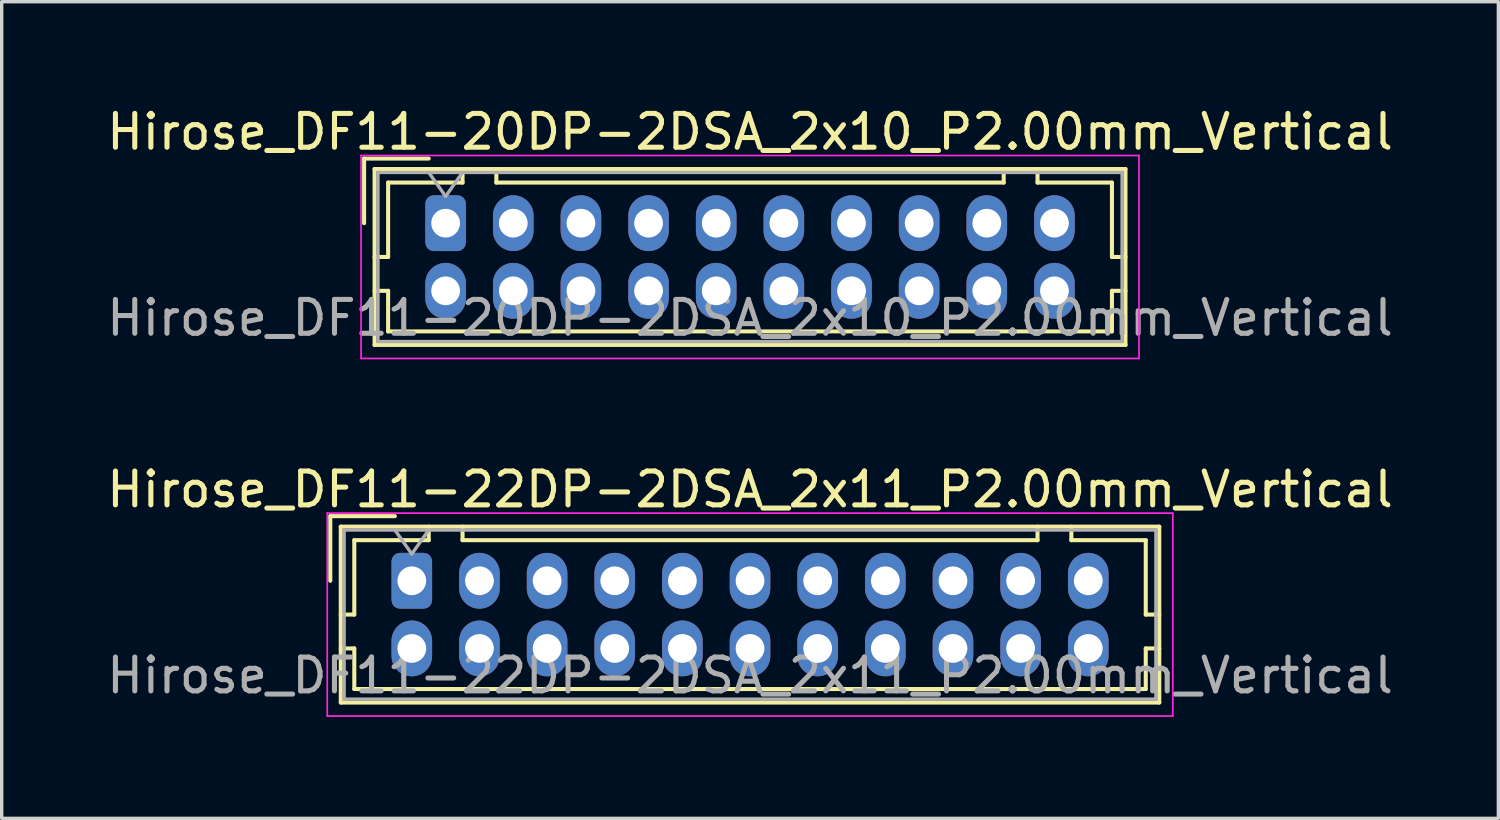
<source format=kicad_pcb>
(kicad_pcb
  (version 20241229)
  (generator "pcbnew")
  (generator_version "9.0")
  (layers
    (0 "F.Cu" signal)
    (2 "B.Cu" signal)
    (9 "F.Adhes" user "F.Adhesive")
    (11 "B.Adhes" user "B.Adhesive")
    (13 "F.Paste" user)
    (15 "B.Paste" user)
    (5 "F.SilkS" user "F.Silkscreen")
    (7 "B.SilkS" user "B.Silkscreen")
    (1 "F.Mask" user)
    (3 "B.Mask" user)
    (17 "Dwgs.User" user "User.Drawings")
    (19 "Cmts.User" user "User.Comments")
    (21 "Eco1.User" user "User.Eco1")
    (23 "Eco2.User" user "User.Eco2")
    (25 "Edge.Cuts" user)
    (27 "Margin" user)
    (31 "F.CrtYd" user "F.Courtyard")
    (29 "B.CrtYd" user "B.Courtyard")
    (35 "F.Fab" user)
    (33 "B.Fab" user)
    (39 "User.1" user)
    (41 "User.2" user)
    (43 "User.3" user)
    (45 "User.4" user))
  (footprint "Hirose_DF11-20DP-2DSA_2x10_P2.00mm_Vertical"
    (layer "F.Cu")
    (at 10.125 3.548)
    (property "Reference" "Hirose_DF11-20DP-2DSA_2x10_P2.00mm_Vertical" (at 9 -2.7 0) (layer "F.SilkS") (effects (font (size 1 1) (thickness 0.15))))
    (attr through_hole)
    (fp_line (start -2.41 -1.91) (end -0.5 -1.91) (stroke (width 0.12) (type solid)) (layer "F.SilkS"))
    (fp_line (start -2.41 0) (end -2.41 -1.91) (stroke (width 0.12) (type solid)) (layer "F.SilkS"))
    (fp_line (start -2.1 -1.6) (end -2.1 3.6) (stroke (width 0.12) (type solid)) (layer "F.SilkS"))
    (fp_line (start -2.1 1) (end -1.7 1) (stroke (width 0.12) (type solid)) (layer "F.SilkS"))
    (fp_line (start -2.1 2) (end -1.7 2) (stroke (width 0.12) (type solid)) (layer "F.SilkS"))
    (fp_line (start -2.1 3.6) (end 20.1 3.6) (stroke (width 0.12) (type solid)) (layer "F.SilkS"))
    (fp_line (start -1.7 -1.2) (end 0.5 -1.2) (stroke (width 0.12) (type solid)) (layer "F.SilkS"))
    (fp_line (start -1.7 1) (end -1.7 -1.2) (stroke (width 0.12) (type solid)) (layer "F.SilkS"))
    (fp_line (start -1.7 2) (end -1.7 3.2) (stroke (width 0.12) (type solid)) (layer "F.SilkS"))
    (fp_line (start -1.7 3.2) (end 19.7 3.2) (stroke (width 0.12) (type solid)) (layer "F.SilkS"))
    (fp_line (start 0.5 -1.2) (end 0.5 -1.6) (stroke (width 0.12) (type solid)) (layer "F.SilkS"))
    (fp_line (start 1.5 -1.6) (end 1.5 -1.2) (stroke (width 0.12) (type solid)) (layer "F.SilkS"))
    (fp_line (start 1.5 -1.2) (end 16.5 -1.2) (stroke (width 0.12) (type solid)) (layer "F.SilkS"))
    (fp_line (start 16.5 -1.2) (end 16.5 -1.6) (stroke (width 0.12) (type solid)) (layer "F.SilkS"))
    (fp_line (start 17.5 -1.2) (end 17.5 -1.6) (stroke (width 0.12) (type solid)) (layer "F.SilkS"))
    (fp_line (start 19.7 -1.2) (end 17.5 -1.2) (stroke (width 0.12) (type solid)) (layer "F.SilkS"))
    (fp_line (start 19.7 1) (end 19.7 -1.2) (stroke (width 0.12) (type solid)) (layer "F.SilkS"))
    (fp_line (start 19.7 2) (end 20.1 2) (stroke (width 0.12) (type solid)) (layer "F.SilkS"))
    (fp_line (start 19.7 3.2) (end 19.7 2) (stroke (width 0.12) (type solid)) (layer "F.SilkS"))
    (fp_line (start 20.1 -1.6) (end -2.1 -1.6) (stroke (width 0.12) (type solid)) (layer "F.SilkS"))
    (fp_line (start 20.1 1) (end 19.7 1) (stroke (width 0.12) (type solid)) (layer "F.SilkS"))
    (fp_line (start 20.1 3.6) (end 20.1 -1.6) (stroke (width 0.12) (type solid)) (layer "F.SilkS"))
    (fp_line (start -2.5 -2) (end -2.5 4) (stroke (width 0.05) (type solid)) (layer "F.CrtYd"))
    (fp_line (start -2.5 4) (end 20.5 4) (stroke (width 0.05) (type solid)) (layer "F.CrtYd"))
    (fp_line (start 20.5 -2) (end -2.5 -2) (stroke (width 0.05) (type solid)) (layer "F.CrtYd"))
    (fp_line (start 20.5 4) (end 20.5 -2) (stroke (width 0.05) (type solid)) (layer "F.CrtYd"))
    (fp_line (start -2 -1.5) (end -2 3.5) (stroke (width 0.1) (type solid)) (layer "F.Fab"))
    (fp_line (start -2 3.5) (end 20 3.5) (stroke (width 0.1) (type solid)) (layer "F.Fab"))
    (fp_line (start -0.5 -1.5) (end 0 -0.793) (stroke (width 0.1) (type solid)) (layer "F.Fab"))
    (fp_line (start 0 -0.793) (end 0.5 -1.5) (stroke (width 0.1) (type solid)) (layer "F.Fab"))
    (fp_line (start 20 -1.5) (end -2 -1.5) (stroke (width 0.1) (type solid)) (layer "F.Fab"))
    (fp_line (start 20 3.5) (end 20 -1.5) (stroke (width 0.1) (type solid)) (layer "F.Fab"))
    (fp_text user "${REFERENCE}" (at 9 2.8 0) (layer "F.Fab") (effects (font (size 1 1) (thickness 0.15))))
    (pad "1" thru_hole roundrect (at 0 0) (size 1.2 1.65) (drill 0.85) (layers "*.Cu" "*.Mask") (roundrect_rratio 0.208))
    (pad "2" thru_hole oval (at 0 2) (size 1.2 1.65) (drill 0.85) (layers "*.Cu" "*.Mask"))
    (pad "3" thru_hole oval (at 2 0) (size 1.2 1.65) (drill 0.85) (layers "*.Cu" "*.Mask"))
    (pad "4" thru_hole oval (at 2 2) (size 1.2 1.65) (drill 0.85) (layers "*.Cu" "*.Mask"))
    (pad "5" thru_hole oval (at 4 0) (size 1.2 1.65) (drill 0.85) (layers "*.Cu" "*.Mask"))
    (pad "6" thru_hole oval (at 4 2) (size 1.2 1.65) (drill 0.85) (layers "*.Cu" "*.Mask"))
    (pad "7" thru_hole oval (at 6 0) (size 1.2 1.65) (drill 0.85) (layers "*.Cu" "*.Mask"))
    (pad "8" thru_hole oval (at 6 2) (size 1.2 1.65) (drill 0.85) (layers "*.Cu" "*.Mask"))
    (pad "9" thru_hole oval (at 8 0) (size 1.2 1.65) (drill 0.85) (layers "*.Cu" "*.Mask"))
    (pad "10" thru_hole oval (at 8 2) (size 1.2 1.65) (drill 0.85) (layers "*.Cu" "*.Mask"))
    (pad "11" thru_hole oval (at 10 0) (size 1.2 1.65) (drill 0.85) (layers "*.Cu" "*.Mask"))
    (pad "12" thru_hole oval (at 10 2) (size 1.2 1.65) (drill 0.85) (layers "*.Cu" "*.Mask"))
    (pad "13" thru_hole oval (at 12 0) (size 1.2 1.65) (drill 0.85) (layers "*.Cu" "*.Mask"))
    (pad "14" thru_hole oval (at 12 2) (size 1.2 1.65) (drill 0.85) (layers "*.Cu" "*.Mask"))
    (pad "15" thru_hole oval (at 14 0) (size 1.2 1.65) (drill 0.85) (layers "*.Cu" "*.Mask"))
    (pad "16" thru_hole oval (at 14 2) (size 1.2 1.65) (drill 0.85) (layers "*.Cu" "*.Mask"))
    (pad "17" thru_hole oval (at 16 0) (size 1.2 1.65) (drill 0.85) (layers "*.Cu" "*.Mask"))
    (pad "18" thru_hole oval (at 16 2) (size 1.2 1.65) (drill 0.85) (layers "*.Cu" "*.Mask"))
    (pad "19" thru_hole oval (at 18 0) (size 1.2 1.65) (drill 0.85) (layers "*.Cu" "*.Mask"))
    (pad "20" thru_hole oval (at 18 2) (size 1.2 1.65) (drill 0.85) (layers "*.Cu" "*.Mask")))
  (footprint "Hirose_DF11-22DP-2DSA_2x11_P2.00mm_Vertical"
    (layer "F.Cu")
    (at 9.125 14.121)
    (property "Reference" "Hirose_DF11-22DP-2DSA_2x11_P2.00mm_Vertical" (at 10 -2.7 0) (layer "F.SilkS") (effects (font (size 1 1) (thickness 0.15))))
    (attr through_hole)
    (fp_line (start -2.41 -1.91) (end -0.5 -1.91) (stroke (width 0.12) (type solid)) (layer "F.SilkS"))
    (fp_line (start -2.41 0) (end -2.41 -1.91) (stroke (width 0.12) (type solid)) (layer "F.SilkS"))
    (fp_line (start -2.1 -1.6) (end -2.1 3.6) (stroke (width 0.12) (type solid)) (layer "F.SilkS"))
    (fp_line (start -2.1 1) (end -1.7 1) (stroke (width 0.12) (type solid)) (layer "F.SilkS"))
    (fp_line (start -2.1 2) (end -1.7 2) (stroke (width 0.12) (type solid)) (layer "F.SilkS"))
    (fp_line (start -2.1 3.6) (end 22.1 3.6) (stroke (width 0.12) (type solid)) (layer "F.SilkS"))
    (fp_line (start -1.7 -1.2) (end 0.5 -1.2) (stroke (width 0.12) (type solid)) (layer "F.SilkS"))
    (fp_line (start -1.7 1) (end -1.7 -1.2) (stroke (width 0.12) (type solid)) (layer "F.SilkS"))
    (fp_line (start -1.7 2) (end -1.7 3.2) (stroke (width 0.12) (type solid)) (layer "F.SilkS"))
    (fp_line (start -1.7 3.2) (end 21.7 3.2) (stroke (width 0.12) (type solid)) (layer "F.SilkS"))
    (fp_line (start 0.5 -1.2) (end 0.5 -1.6) (stroke (width 0.12) (type solid)) (layer "F.SilkS"))
    (fp_line (start 1.5 -1.6) (end 1.5 -1.2) (stroke (width 0.12) (type solid)) (layer "F.SilkS"))
    (fp_line (start 1.5 -1.2) (end 18.5 -1.2) (stroke (width 0.12) (type solid)) (layer "F.SilkS"))
    (fp_line (start 18.5 -1.2) (end 18.5 -1.6) (stroke (width 0.12) (type solid)) (layer "F.SilkS"))
    (fp_line (start 19.5 -1.2) (end 19.5 -1.6) (stroke (width 0.12) (type solid)) (layer "F.SilkS"))
    (fp_line (start 21.7 -1.2) (end 19.5 -1.2) (stroke (width 0.12) (type solid)) (layer "F.SilkS"))
    (fp_line (start 21.7 1) (end 21.7 -1.2) (stroke (width 0.12) (type solid)) (layer "F.SilkS"))
    (fp_line (start 21.7 2) (end 22.1 2) (stroke (width 0.12) (type solid)) (layer "F.SilkS"))
    (fp_line (start 21.7 3.2) (end 21.7 2) (stroke (width 0.12) (type solid)) (layer "F.SilkS"))
    (fp_line (start 22.1 -1.6) (end -2.1 -1.6) (stroke (width 0.12) (type solid)) (layer "F.SilkS"))
    (fp_line (start 22.1 1) (end 21.7 1) (stroke (width 0.12) (type solid)) (layer "F.SilkS"))
    (fp_line (start 22.1 3.6) (end 22.1 -1.6) (stroke (width 0.12) (type solid)) (layer "F.SilkS"))
    (fp_line (start -2.5 -2) (end -2.5 4) (stroke (width 0.05) (type solid)) (layer "F.CrtYd"))
    (fp_line (start -2.5 4) (end 22.5 4) (stroke (width 0.05) (type solid)) (layer "F.CrtYd"))
    (fp_line (start 22.5 -2) (end -2.5 -2) (stroke (width 0.05) (type solid)) (layer "F.CrtYd"))
    (fp_line (start 22.5 4) (end 22.5 -2) (stroke (width 0.05) (type solid)) (layer "F.CrtYd"))
    (fp_line (start -2 -1.5) (end -2 3.5) (stroke (width 0.1) (type solid)) (layer "F.Fab"))
    (fp_line (start -2 3.5) (end 22 3.5) (stroke (width 0.1) (type solid)) (layer "F.Fab"))
    (fp_line (start -0.5 -1.5) (end 0 -0.793) (stroke (width 0.1) (type solid)) (layer "F.Fab"))
    (fp_line (start 0 -0.793) (end 0.5 -1.5) (stroke (width 0.1) (type solid)) (layer "F.Fab"))
    (fp_line (start 22 -1.5) (end -2 -1.5) (stroke (width 0.1) (type solid)) (layer "F.Fab"))
    (fp_line (start 22 3.5) (end 22 -1.5) (stroke (width 0.1) (type solid)) (layer "F.Fab"))
    (fp_text user "${REFERENCE}" (at 10 2.8 0) (layer "F.Fab") (effects (font (size 1 1) (thickness 0.15))))
    (pad "1" thru_hole roundrect (at 0 0) (size 1.2 1.65) (drill 0.85) (layers "*.Cu" "*.Mask") (roundrect_rratio 0.208))
    (pad "2" thru_hole oval (at 0 2) (size 1.2 1.65) (drill 0.85) (layers "*.Cu" "*.Mask"))
    (pad "3" thru_hole oval (at 2 0) (size 1.2 1.65) (drill 0.85) (layers "*.Cu" "*.Mask"))
    (pad "4" thru_hole oval (at 2 2) (size 1.2 1.65) (drill 0.85) (layers "*.Cu" "*.Mask"))
    (pad "5" thru_hole oval (at 4 0) (size 1.2 1.65) (drill 0.85) (layers "*.Cu" "*.Mask"))
    (pad "6" thru_hole oval (at 4 2) (size 1.2 1.65) (drill 0.85) (layers "*.Cu" "*.Mask"))
    (pad "7" thru_hole oval (at 6 0) (size 1.2 1.65) (drill 0.85) (layers "*.Cu" "*.Mask"))
    (pad "8" thru_hole oval (at 6 2) (size 1.2 1.65) (drill 0.85) (layers "*.Cu" "*.Mask"))
    (pad "9" thru_hole oval (at 8 0) (size 1.2 1.65) (drill 0.85) (layers "*.Cu" "*.Mask"))
    (pad "10" thru_hole oval (at 8 2) (size 1.2 1.65) (drill 0.85) (layers "*.Cu" "*.Mask"))
    (pad "11" thru_hole oval (at 10 0) (size 1.2 1.65) (drill 0.85) (layers "*.Cu" "*.Mask"))
    (pad "12" thru_hole oval (at 10 2) (size 1.2 1.65) (drill 0.85) (layers "*.Cu" "*.Mask"))
    (pad "13" thru_hole oval (at 12 0) (size 1.2 1.65) (drill 0.85) (layers "*.Cu" "*.Mask"))
    (pad "14" thru_hole oval (at 12 2) (size 1.2 1.65) (drill 0.85) (layers "*.Cu" "*.Mask"))
    (pad "15" thru_hole oval (at 14 0) (size 1.2 1.65) (drill 0.85) (layers "*.Cu" "*.Mask"))
    (pad "16" thru_hole oval (at 14 2) (size 1.2 1.65) (drill 0.85) (layers "*.Cu" "*.Mask"))
    (pad "17" thru_hole oval (at 16 0) (size 1.2 1.65) (drill 0.85) (layers "*.Cu" "*.Mask"))
    (pad "18" thru_hole oval (at 16 2) (size 1.2 1.65) (drill 0.85) (layers "*.Cu" "*.Mask"))
    (pad "19" thru_hole oval (at 18 0) (size 1.2 1.65) (drill 0.85) (layers "*.Cu" "*.Mask"))
    (pad "20" thru_hole oval (at 18 2) (size 1.2 1.65) (drill 0.85) (layers "*.Cu" "*.Mask"))
    (pad "21" thru_hole oval (at 20 0) (size 1.2 1.65) (drill 0.85) (layers "*.Cu" "*.Mask"))
    (pad "22" thru_hole oval (at 20 2) (size 1.2 1.65) (drill 0.85) (layers "*.Cu" "*.Mask")))
  (gr_rect
    (start -3 -3)
    (end 41.25 21.146)
    (stroke (width 0.1) (type default))
    (fill no)
    (layer "Edge.Cuts")))
</source>
